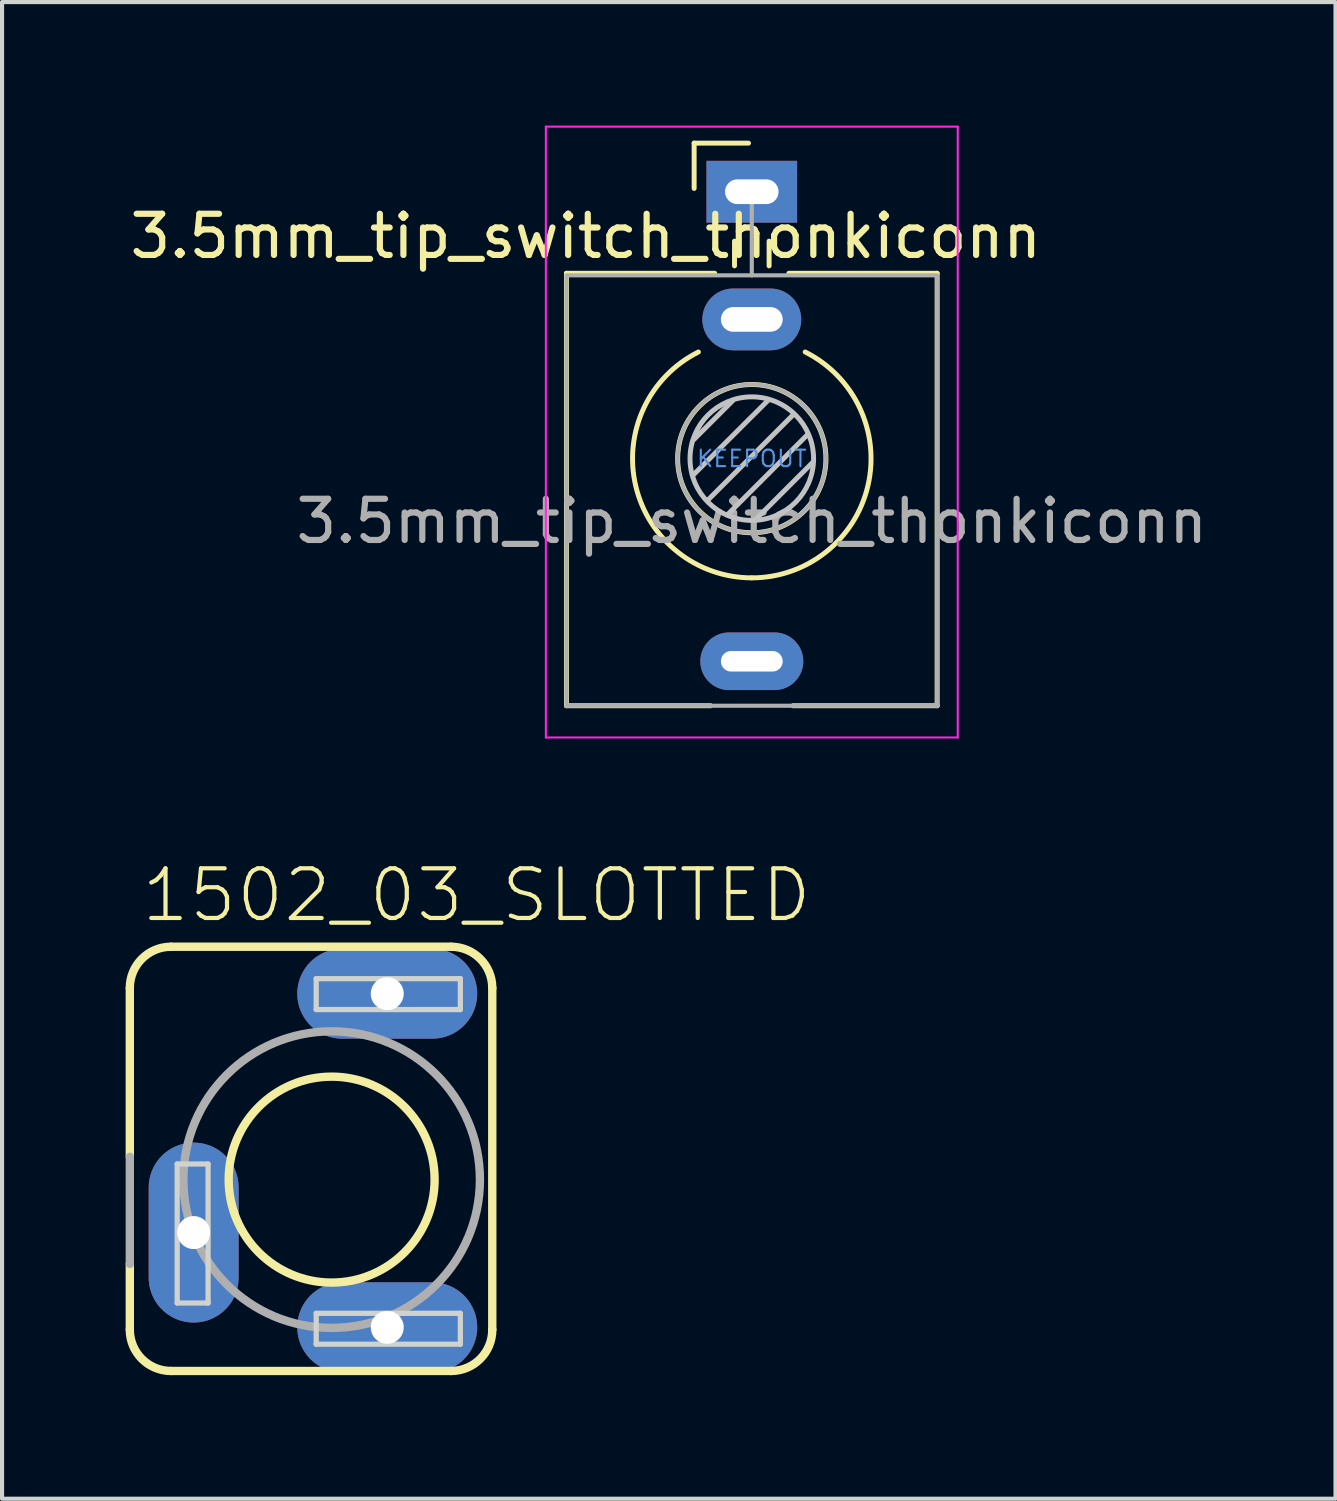
<source format=kicad_pcb>
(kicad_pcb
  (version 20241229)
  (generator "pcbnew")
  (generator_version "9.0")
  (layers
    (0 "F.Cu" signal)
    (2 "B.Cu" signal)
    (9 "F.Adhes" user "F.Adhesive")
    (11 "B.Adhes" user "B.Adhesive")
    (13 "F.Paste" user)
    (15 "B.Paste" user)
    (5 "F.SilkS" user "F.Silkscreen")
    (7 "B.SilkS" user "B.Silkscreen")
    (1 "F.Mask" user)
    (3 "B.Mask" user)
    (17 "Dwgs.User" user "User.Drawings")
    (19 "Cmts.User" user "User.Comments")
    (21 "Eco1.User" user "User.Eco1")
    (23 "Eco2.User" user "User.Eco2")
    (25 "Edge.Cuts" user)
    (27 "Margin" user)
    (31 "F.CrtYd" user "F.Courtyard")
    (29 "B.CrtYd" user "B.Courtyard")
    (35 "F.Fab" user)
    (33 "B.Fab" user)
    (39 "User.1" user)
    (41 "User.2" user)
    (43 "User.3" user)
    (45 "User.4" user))
  (footprint "1502_03_SLOTTED"
    (layer "F.Cu")
    (at 5.002 25.836)
    (property "Reference" "1502_03_SLOTTED" (at -4.675 -6.445 0) (layer "F.SilkS") (effects (font (size 1.206 1.206) (thickness 0.102)) (justify left bottom)))
    (attr through_hole)
    (fp_line (start -4.9 -0.8) (end -4.9 -4.9) (stroke (width 0.203) (type solid)) (layer "F.SilkS"))
    (fp_line (start -4.9 3.4) (end -4.9 1.8) (stroke (width 0.203) (type solid)) (layer "F.SilkS"))
    (fp_line (start -3.9 -5.9) (end 2.9 -5.9) (stroke (width 0.203) (type solid)) (layer "F.SilkS"))
    (fp_line (start 2.9 4.4) (end -3.9 4.4) (stroke (width 0.203) (type solid)) (layer "F.SilkS"))
    (fp_line (start 3.9 -4.9) (end 3.9 3.4) (stroke (width 0.203) (type solid)) (layer "F.SilkS"))
    (fp_arc (start -4.9 -4.9) (mid -4.607107 -5.607107) (end -3.9 -5.9) (stroke (width 0.2032) (type solid)) (layer "F.SilkS"))
    (fp_arc (start -3.9 4.4) (mid -4.607107 4.107107) (end -4.9 3.4) (stroke (width 0.2032) (type solid)) (layer "F.SilkS"))
    (fp_arc (start 2.9 -5.9) (mid 3.607107 -5.607107) (end 3.9 -4.9) (stroke (width 0.2032) (type solid)) (layer "F.SilkS"))
    (fp_arc (start 3.9 3.4) (mid 3.607107 4.107107) (end 2.9 4.4) (stroke (width 0.2032) (type solid)) (layer "F.SilkS"))
    (fp_circle (center 0 -0.246) (end 2.5 -0.246) (stroke (width 0.203) (type solid)) (fill no) (layer "F.SilkS"))
    (fp_line (start -3.75 -0.625) (end -3 -0.625) (stroke (width 0.127) (type solid)) (layer "Edge.Cuts"))
    (fp_line (start -3.75 2.75) (end -3.75 -0.625) (stroke (width 0.127) (type solid)) (layer "Edge.Cuts"))
    (fp_line (start -3 -0.625) (end -3 2.75) (stroke (width 0.127) (type solid)) (layer "Edge.Cuts"))
    (fp_line (start -3 2.75) (end -3.75 2.75) (stroke (width 0.127) (type solid)) (layer "Edge.Cuts"))
    (fp_line (start -0.375 -5.125) (end -0.375 -4.375) (stroke (width 0.127) (type solid)) (layer "Edge.Cuts"))
    (fp_line (start -0.375 -4.375) (end 3.125 -4.375) (stroke (width 0.127) (type solid)) (layer "Edge.Cuts"))
    (fp_line (start -0.375 3) (end -0.375 3.75) (stroke (width 0.127) (type solid)) (layer "Edge.Cuts"))
    (fp_line (start -0.375 3.75) (end 3.125 3.75) (stroke (width 0.127) (type solid)) (layer "Edge.Cuts"))
    (fp_line (start 3.125 -5.125) (end -0.375 -5.125) (stroke (width 0.127) (type solid)) (layer "Edge.Cuts"))
    (fp_line (start 3.125 -4.375) (end 3.125 -5.125) (stroke (width 0.127) (type solid)) (layer "Edge.Cuts"))
    (fp_line (start 3.125 3) (end -0.375 3) (stroke (width 0.127) (type solid)) (layer "Edge.Cuts"))
    (fp_line (start 3.125 3.75) (end 3.125 3) (stroke (width 0.127) (type solid)) (layer "Edge.Cuts"))
    (fp_line (start -4.9 1.8) (end -4.9 -0.8) (stroke (width 0.203) (type solid)) (layer "F.Fab"))
    (fp_circle (center 0 -0.246) (end 3.6 -0.246) (stroke (width 0.203) (type solid)) (fill no) (layer "F.Fab"))
    (pad "1" thru_hole oval (at 1.35 3.34 180) (size 4.369 2.184) (drill 0.8) (layers "*.Cu" "*.Mask"))
    (pad "2" thru_hole oval (at 1.35 -4.76 180) (size 4.369 2.184) (drill 0.8) (layers "*.Cu" "*.Mask"))
    (pad "3" thru_hole oval (at -3.35 1.04 90) (size 4.369 2.184) (drill 0.8) (layers "*.Cu" "*.Mask")))
  (footprint "3.5mm_tip_switch_thonkiconn"
    (layer "F.Cu")
    (at 15.203 1.605)
    (property "Reference" "3.5mm_tip_switch_thonkiconn" (at -4.03 1.08 180) (layer "F.SilkS") (effects (font (size 1 1) (thickness 0.15))))
    (attr through_hole)
    (fp_line (start -4.5 1.98) (end -4.5 12.48) (stroke (width 0.12) (type solid)) (layer "F.SilkS"))
    (fp_line (start -1.4 -1.18) (end -1.4 -0.08) (stroke (width 0.12) (type solid)) (layer "F.SilkS"))
    (fp_line (start -1.4 -1.18) (end -0.08 -1.18) (stroke (width 0.12) (type solid)) (layer "F.SilkS"))
    (fp_line (start -1 12.48) (end -4.5 12.48) (stroke (width 0.12) (type solid)) (layer "F.SilkS"))
    (fp_line (start -0.9 1.98) (end -4.5 1.98) (stroke (width 0.12) (type solid)) (layer "F.SilkS"))
    (fp_line (start -0.42 1.2) (end -0.42 1.8) (stroke (width 0.12) (type solid)) (layer "F.SilkS"))
    (fp_line (start 0.42 1.2) (end 0.42 1.8) (stroke (width 0.12) (type solid)) (layer "F.SilkS"))
    (fp_line (start 4.5 1.98) (end 0.9 1.98) (stroke (width 0.12) (type solid)) (layer "F.SilkS"))
    (fp_line (start 4.5 1.98) (end 4.5 12.48) (stroke (width 0.12) (type solid)) (layer "F.SilkS"))
    (fp_line (start 4.5 12.48) (end 1 12.48) (stroke (width 0.12) (type solid)) (layer "F.SilkS"))
    (fp_arc (start 0 9.375) (mid -2.817353 7.145994) (end -1.296263 3.891423) (stroke (width 0.12) (type solid)) (layer "F.SilkS"))
    (fp_arc (start 1.296263 3.891423) (mid 2.817353 7.145994) (end 0 9.375) (stroke (width 0.12) (type solid)) (layer "F.SilkS"))
    (fp_circle (center 0 6.48) (end 1.8 6.48) (stroke (width 0.12) (type solid)) (fill no) (layer "F.SilkS"))
    (fp_line (start -1.42 6.875) (end 0.4 5.06) (stroke (width 0.12) (type solid)) (layer "Dwgs.User"))
    (fp_line (start -1.41 6.02) (end -0.46 5.07) (stroke (width 0.12) (type solid)) (layer "Dwgs.User"))
    (fp_line (start -1.07 7.49) (end 1.01 5.41) (stroke (width 0.12) (type solid)) (layer "Dwgs.User"))
    (fp_line (start -0.58 7.83) (end 1.36 5.89) (stroke (width 0.12) (type solid)) (layer "Dwgs.User"))
    (fp_line (start 0.09 7.96) (end 1.48 6.57) (stroke (width 0.12) (type solid)) (layer "Dwgs.User"))
    (fp_circle (center 0 6.48) (end 1.5 6.48) (stroke (width 0.12) (type solid)) (fill no) (layer "Dwgs.User"))
    (fp_line (start -5 13.25) (end -5 -1.58) (stroke (width 0.05) (type solid)) (layer "F.CrtYd"))
    (fp_line (start 5 -1.58) (end -5 -1.58) (stroke (width 0.05) (type solid)) (layer "F.CrtYd"))
    (fp_line (start 5 13.25) (end -5 13.25) (stroke (width 0.05) (type solid)) (layer "F.CrtYd"))
    (fp_line (start 5 13.25) (end 5 -1.58) (stroke (width 0.05) (type solid)) (layer "F.CrtYd"))
    (fp_line (start -4.5 12.48) (end -4.5 2.08) (stroke (width 0.1) (type solid)) (layer "F.Fab"))
    (fp_line (start 0 0) (end 0 2.03) (stroke (width 0.1) (type solid)) (layer "F.Fab"))
    (fp_line (start 4.5 2.03) (end -4.5 2.03) (stroke (width 0.1) (type solid)) (layer "F.Fab"))
    (fp_line (start 4.5 12.48) (end -4.5 12.48) (stroke (width 0.1) (type solid)) (layer "F.Fab"))
    (fp_line (start 4.5 12.48) (end 4.5 2.08) (stroke (width 0.1) (type solid)) (layer "F.Fab"))
    (fp_circle (center 0 6.48) (end 1.8 6.48) (stroke (width 0.1) (type solid)) (fill no) (layer "F.Fab"))
    (fp_text user "KEEPOUT" (at 0 6.48 0) (layer "Cmts.User") (effects (font (size 0.4 0.4) (thickness 0.051))))
    (fp_text user "${REFERENCE}" (at 0 8 180) (layer "F.Fab") (effects (font (size 1 1) (thickness 0.15))))
    (pad "1" thru_hole rect (at 0 0 180) (size 2.2 1.5) (drill oval 1.3 0.6) (layers "*.Cu" "*.Mask"))
    (pad "2" thru_hole oval (at 0 11.4 180) (size 2.5 1.4) (drill oval 1.5 0.5) (layers "*.Cu" "*.Mask"))
    (pad "3" thru_hole oval (at 0 3.1 180) (size 2.4 1.5) (drill oval 1.5 0.6) (layers "*.Cu" "*.Mask")))
  (gr_rect
    (start -3 -3)
    (end 29.375 33.338)
    (stroke (width 0.1) (type default))
    (fill no)
    (layer "Edge.Cuts")))
</source>
